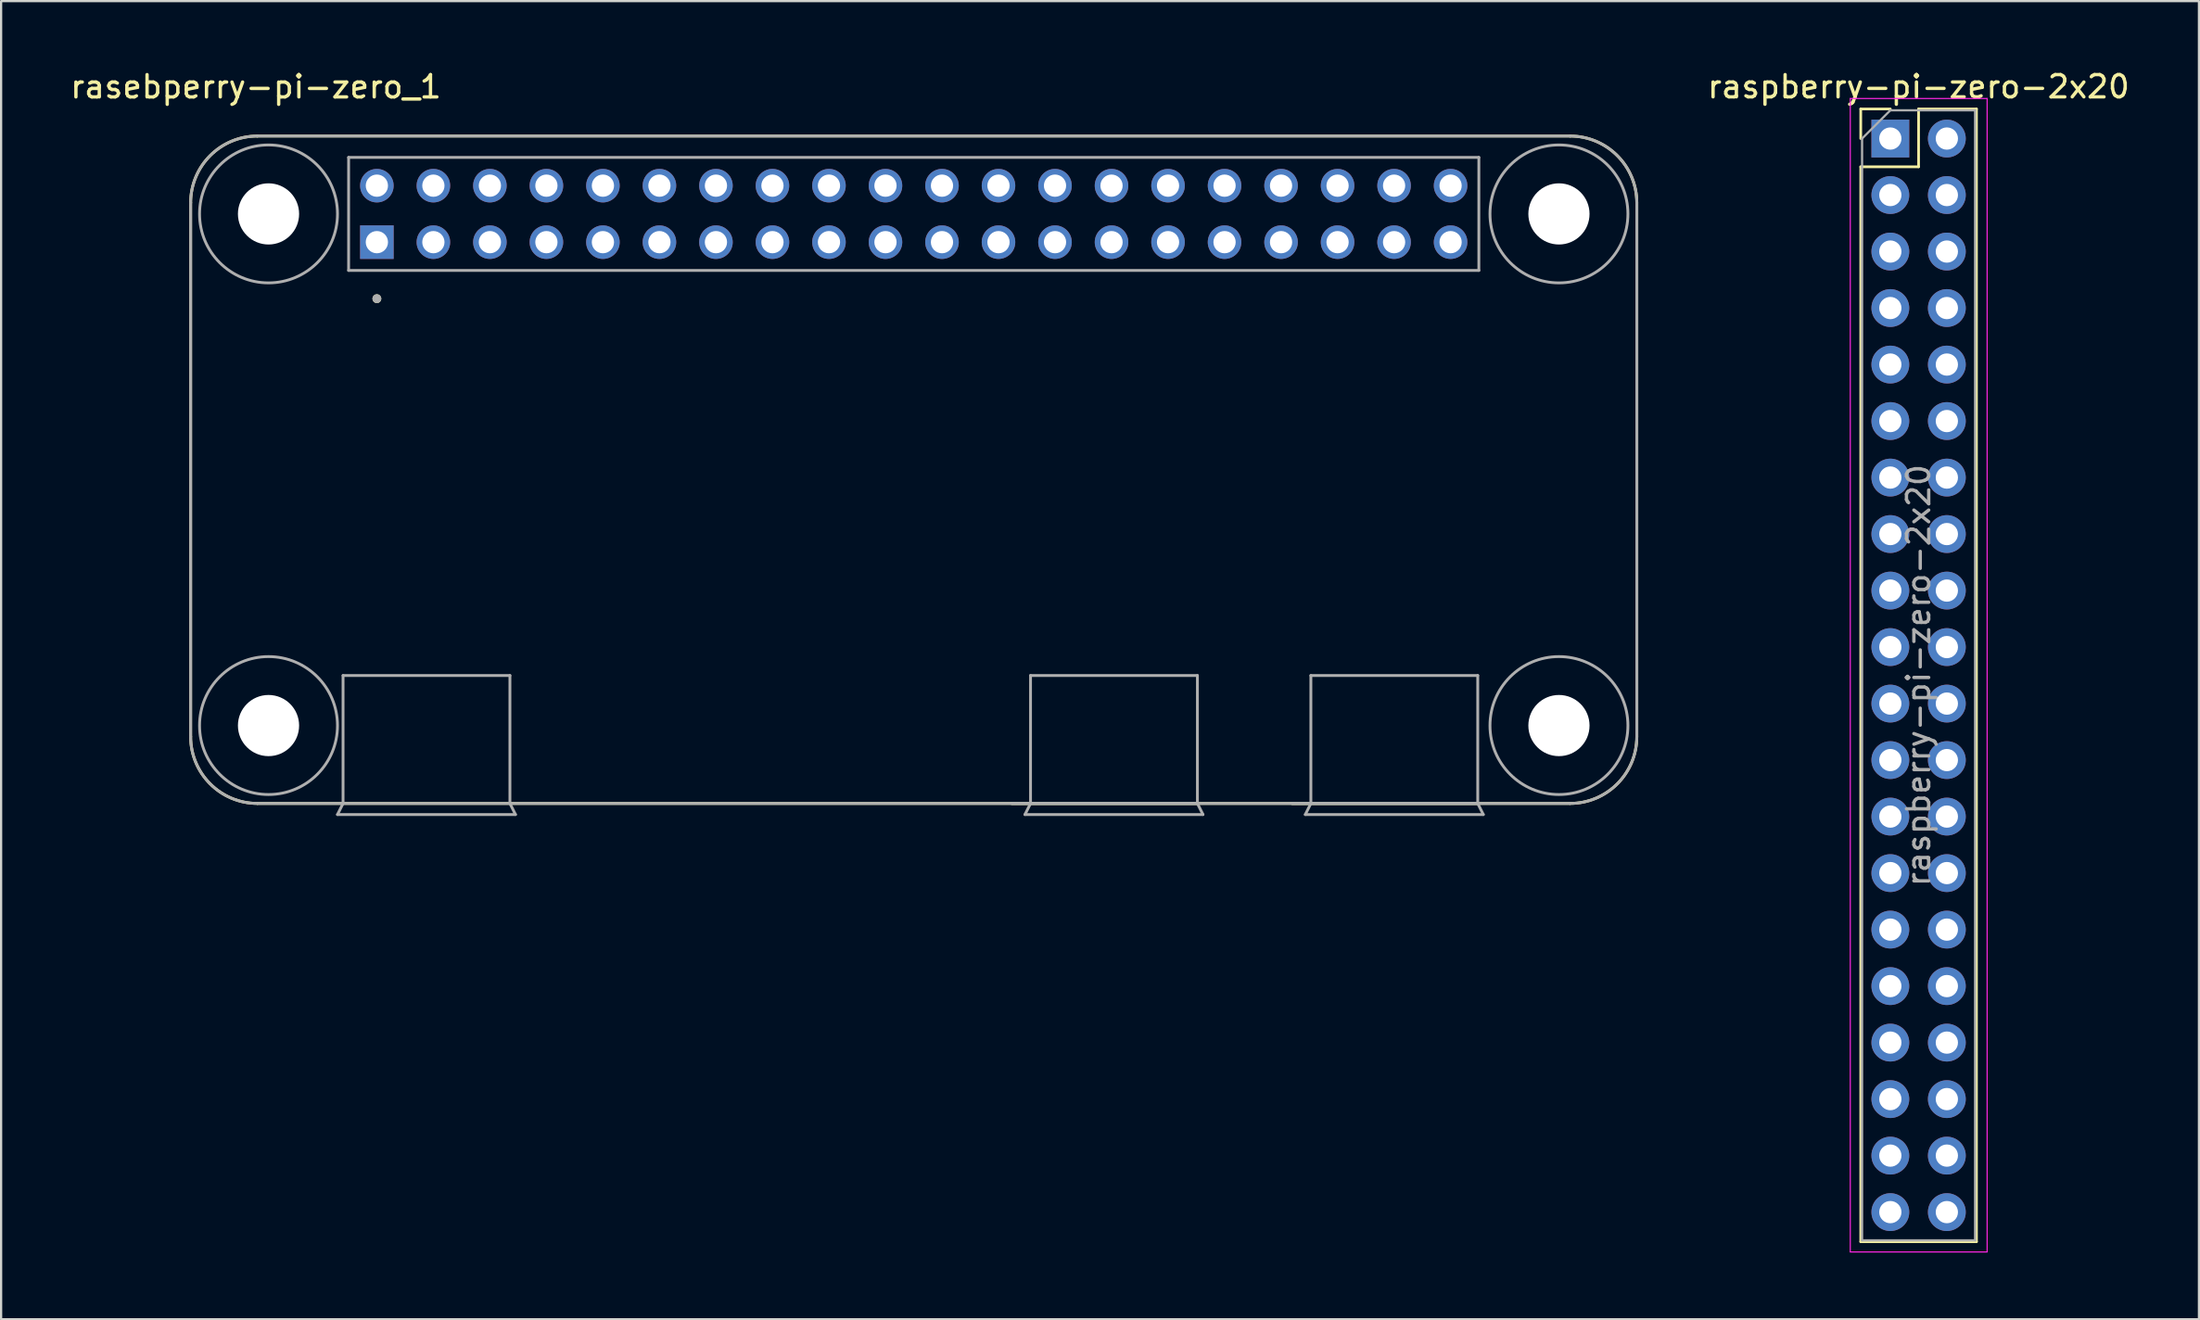
<source format=kicad_pcb>
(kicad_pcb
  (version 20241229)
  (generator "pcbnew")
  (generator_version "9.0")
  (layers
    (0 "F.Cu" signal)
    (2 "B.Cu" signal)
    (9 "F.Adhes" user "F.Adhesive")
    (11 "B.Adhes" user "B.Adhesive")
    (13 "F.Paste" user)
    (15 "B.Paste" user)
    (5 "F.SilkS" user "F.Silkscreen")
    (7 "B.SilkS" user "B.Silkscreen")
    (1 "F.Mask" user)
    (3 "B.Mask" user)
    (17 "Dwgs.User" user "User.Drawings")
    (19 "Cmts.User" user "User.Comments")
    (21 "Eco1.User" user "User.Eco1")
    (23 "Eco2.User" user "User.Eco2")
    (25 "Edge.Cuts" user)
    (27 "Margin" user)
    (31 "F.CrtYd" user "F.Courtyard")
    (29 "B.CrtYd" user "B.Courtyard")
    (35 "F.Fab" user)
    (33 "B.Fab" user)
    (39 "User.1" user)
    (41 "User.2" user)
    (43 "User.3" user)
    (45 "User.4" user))
  (footprint "rasebperry-pi-zero_1"
    (layer "F.Cu")
    (at 38.019 18.066)
    (property "Reference" "rasebperry-pi-zero_1" (at -29.569 -17.216 0) (layer "F.SilkS") (effects (font (size 1.002 1.002) (thickness 0.15))))
    (attr through_hole)
    (fp_line (start -32.5 -12) (end -32.5 12) (stroke (width 0.127) (type solid)) (layer "F.SilkS"))
    (fp_line (start -29.5 15) (end 29.5 15) (stroke (width 0.127) (type solid)) (layer "F.SilkS"))
    (fp_line (start 4.4 15) (end 12.75 15) (stroke (width 0.127) (type solid)) (layer "F.SilkS"))
    (fp_line (start 17 15) (end 25.35 15) (stroke (width 0.127) (type solid)) (layer "F.SilkS"))
    (fp_line (start 29.5 -15) (end -29.5 -15) (stroke (width 0.127) (type solid)) (layer "F.SilkS"))
    (fp_line (start 32.5 12) (end 32.5 -12) (stroke (width 0.127) (type solid)) (layer "F.SilkS"))
    (fp_arc (start -32.5 -12) (mid -31.62132 -14.12132) (end -29.5 -15) (stroke (width 0.127) (type solid)) (layer "F.SilkS"))
    (fp_arc (start -29.5 15) (mid -31.62132 14.12132) (end -32.5 12) (stroke (width 0.127) (type solid)) (layer "F.SilkS"))
    (fp_arc (start 29.5 -15) (mid 31.62132 -14.12132) (end 32.5 -12) (stroke (width 0.127) (type solid)) (layer "F.SilkS"))
    (fp_arc (start 32.5 12) (mid 31.62132 14.12132) (end 29.5 15) (stroke (width 0.127) (type solid)) (layer "F.SilkS"))
    (fp_circle (center -24.13 -7.69) (end -24.03 -7.69) (stroke (width 0.2) (type solid)) (fill no) (layer "F.SilkS"))
    (fp_line (start -32.5 -12) (end -32.5 12) (stroke (width 0.127) (type solid)) (layer "F.Fab"))
    (fp_line (start -29.5 15) (end -25.65 15) (stroke (width 0.127) (type solid)) (layer "F.Fab"))
    (fp_line (start -25.9 15.5) (end -17.9 15.5) (stroke (width 0.127) (type solid)) (layer "F.Fab"))
    (fp_line (start -25.65 9.25) (end -18.15 9.25) (stroke (width 0.127) (type solid)) (layer "F.Fab"))
    (fp_line (start -25.65 15) (end -25.9 15.5) (stroke (width 0.127) (type solid)) (layer "F.Fab"))
    (fp_line (start -25.65 15) (end -25.65 9.25) (stroke (width 0.127) (type solid)) (layer "F.Fab"))
    (fp_line (start -25.65 15) (end -18.15 15) (stroke (width 0.127) (type solid)) (layer "F.Fab"))
    (fp_line (start -25.4 -14.04) (end -25.4 -8.96) (stroke (width 0.127) (type solid)) (layer "F.Fab"))
    (fp_line (start -25.4 -8.96) (end 25.4 -8.96) (stroke (width 0.127) (type solid)) (layer "F.Fab"))
    (fp_line (start -18.15 9.25) (end -18.15 15) (stroke (width 0.127) (type solid)) (layer "F.Fab"))
    (fp_line (start -18.15 15) (end 29.5 15) (stroke (width 0.127) (type solid)) (layer "F.Fab"))
    (fp_line (start -17.9 15.5) (end -18.15 15) (stroke (width 0.127) (type solid)) (layer "F.Fab"))
    (fp_line (start 4.4 15) (end 5.25 15) (stroke (width 0.127) (type solid)) (layer "F.Fab"))
    (fp_line (start 5 15.5) (end 13 15.5) (stroke (width 0.127) (type solid)) (layer "F.Fab"))
    (fp_line (start 5.25 9.25) (end 12.75 9.25) (stroke (width 0.127) (type solid)) (layer "F.Fab"))
    (fp_line (start 5.25 15) (end 5 15.5) (stroke (width 0.127) (type solid)) (layer "F.Fab"))
    (fp_line (start 5.25 15) (end 5.25 9.25) (stroke (width 0.127) (type solid)) (layer "F.Fab"))
    (fp_line (start 5.25 15) (end 12.75 15) (stroke (width 0.127) (type solid)) (layer "F.Fab"))
    (fp_line (start 12.75 9.25) (end 12.75 15) (stroke (width 0.127) (type solid)) (layer "F.Fab"))
    (fp_line (start 13 15.5) (end 12.75 15) (stroke (width 0.127) (type solid)) (layer "F.Fab"))
    (fp_line (start 17 15) (end 17.85 15) (stroke (width 0.127) (type solid)) (layer "F.Fab"))
    (fp_line (start 17.6 15.5) (end 25.6 15.5) (stroke (width 0.127) (type solid)) (layer "F.Fab"))
    (fp_line (start 17.85 9.25) (end 25.35 9.25) (stroke (width 0.127) (type solid)) (layer "F.Fab"))
    (fp_line (start 17.85 15) (end 17.6 15.5) (stroke (width 0.127) (type solid)) (layer "F.Fab"))
    (fp_line (start 17.85 15) (end 17.85 9.25) (stroke (width 0.127) (type solid)) (layer "F.Fab"))
    (fp_line (start 17.85 15) (end 25.35 15) (stroke (width 0.127) (type solid)) (layer "F.Fab"))
    (fp_line (start 25.35 9.25) (end 25.35 15) (stroke (width 0.127) (type solid)) (layer "F.Fab"))
    (fp_line (start 25.4 -14.04) (end -25.4 -14.04) (stroke (width 0.127) (type solid)) (layer "F.Fab"))
    (fp_line (start 25.4 -8.96) (end 25.4 -14.04) (stroke (width 0.127) (type solid)) (layer "F.Fab"))
    (fp_line (start 25.6 15.5) (end 25.35 15) (stroke (width 0.127) (type solid)) (layer "F.Fab"))
    (fp_line (start 29.5 -15) (end -29.5 -15) (stroke (width 0.127) (type solid)) (layer "F.Fab"))
    (fp_line (start 32.5 12) (end 32.5 -12) (stroke (width 0.127) (type solid)) (layer "F.Fab"))
    (fp_arc (start -32.5 -12) (mid -31.62132 -14.12132) (end -29.5 -15) (stroke (width 0.127) (type solid)) (layer "F.Fab"))
    (fp_arc (start -29.5 15) (mid -31.62132 14.12132) (end -32.5 12) (stroke (width 0.127) (type solid)) (layer "F.Fab"))
    (fp_arc (start 29.5 -15) (mid 31.62132 -14.12132) (end 32.5 -12) (stroke (width 0.127) (type solid)) (layer "F.Fab"))
    (fp_arc (start 32.5 12) (mid 31.62132 14.12132) (end 29.5 15) (stroke (width 0.127) (type solid)) (layer "F.Fab"))
    (fp_circle (center -29 -11.5) (end -25.9 -11.5) (stroke (width 0.127) (type solid)) (fill no) (layer "F.Fab"))
    (fp_circle (center -29 11.5) (end -25.9 11.5) (stroke (width 0.127) (type solid)) (fill no) (layer "F.Fab"))
    (fp_circle (center -24.13 -7.69) (end -24.03 -7.69) (stroke (width 0.2) (type solid)) (fill no) (layer "F.Fab"))
    (fp_circle (center 29 -11.5) (end 32.1 -11.5) (stroke (width 0.127) (type solid)) (fill no) (layer "F.Fab"))
    (fp_circle (center 29 11.5) (end 32.1 11.5) (stroke (width 0.127) (type solid)) (fill no) (layer "F.Fab"))
    (pad "" np_thru_hole circle (at -29 -11.5) (size 2.75 2.75) (drill 2.75) (layers "*.Cu" "*.Mask"))
    (pad "" np_thru_hole circle (at -29 11.5) (size 2.75 2.75) (drill 2.75) (layers "*.Cu" "*.Mask"))
    (pad "" np_thru_hole circle (at 29 -11.5) (size 2.75 2.75) (drill 2.75) (layers "*.Cu" "*.Mask"))
    (pad "" np_thru_hole circle (at 29 11.5) (size 2.75 2.75) (drill 2.75) (layers "*.Cu" "*.Mask"))
    (pad "1" thru_hole rect (at -24.13 -10.23) (size 1.508 1.508) (drill 1) (layers "*.Cu" "*.Mask"))
    (pad "2" thru_hole circle (at -24.13 -12.77) (size 1.508 1.508) (drill 1) (layers "*.Cu" "*.Mask"))
    (pad "3" thru_hole circle (at -21.59 -10.23) (size 1.508 1.508) (drill 1) (layers "*.Cu" "*.Mask"))
    (pad "4" thru_hole circle (at -21.59 -12.77) (size 1.508 1.508) (drill 1) (layers "*.Cu" "*.Mask"))
    (pad "5" thru_hole circle (at -19.05 -10.23) (size 1.508 1.508) (drill 1) (layers "*.Cu" "*.Mask"))
    (pad "6" thru_hole circle (at -19.05 -12.77) (size 1.508 1.508) (drill 1) (layers "*.Cu" "*.Mask"))
    (pad "7" thru_hole circle (at -16.51 -10.23) (size 1.508 1.508) (drill 1) (layers "*.Cu" "*.Mask"))
    (pad "8" thru_hole circle (at -16.51 -12.77) (size 1.508 1.508) (drill 1) (layers "*.Cu" "*.Mask"))
    (pad "9" thru_hole circle (at -13.97 -10.23) (size 1.508 1.508) (drill 1) (layers "*.Cu" "*.Mask"))
    (pad "10" thru_hole circle (at -13.97 -12.77) (size 1.508 1.508) (drill 1) (layers "*.Cu" "*.Mask"))
    (pad "11" thru_hole circle (at -11.43 -10.23) (size 1.508 1.508) (drill 1) (layers "*.Cu" "*.Mask"))
    (pad "12" thru_hole circle (at -11.43 -12.77) (size 1.508 1.508) (drill 1) (layers "*.Cu" "*.Mask"))
    (pad "13" thru_hole circle (at -8.89 -10.23) (size 1.508 1.508) (drill 1) (layers "*.Cu" "*.Mask"))
    (pad "14" thru_hole circle (at -8.89 -12.77) (size 1.508 1.508) (drill 1) (layers "*.Cu" "*.Mask"))
    (pad "15" thru_hole circle (at -6.35 -10.23) (size 1.508 1.508) (drill 1) (layers "*.Cu" "*.Mask"))
    (pad "16" thru_hole circle (at -6.35 -12.77) (size 1.508 1.508) (drill 1) (layers "*.Cu" "*.Mask"))
    (pad "17" thru_hole circle (at -3.81 -10.23) (size 1.508 1.508) (drill 1) (layers "*.Cu" "*.Mask"))
    (pad "18" thru_hole circle (at -3.81 -12.77) (size 1.508 1.508) (drill 1) (layers "*.Cu" "*.Mask"))
    (pad "19" thru_hole circle (at -1.27 -10.23) (size 1.508 1.508) (drill 1) (layers "*.Cu" "*.Mask"))
    (pad "20" thru_hole circle (at -1.27 -12.77) (size 1.508 1.508) (drill 1) (layers "*.Cu" "*.Mask"))
    (pad "21" thru_hole circle (at 1.27 -10.23) (size 1.508 1.508) (drill 1) (layers "*.Cu" "*.Mask"))
    (pad "22" thru_hole circle (at 1.27 -12.77) (size 1.508 1.508) (drill 1) (layers "*.Cu" "*.Mask"))
    (pad "23" thru_hole circle (at 3.81 -10.23) (size 1.508 1.508) (drill 1) (layers "*.Cu" "*.Mask"))
    (pad "24" thru_hole circle (at 3.81 -12.77) (size 1.508 1.508) (drill 1) (layers "*.Cu" "*.Mask"))
    (pad "25" thru_hole circle (at 6.35 -10.23) (size 1.508 1.508) (drill 1) (layers "*.Cu" "*.Mask"))
    (pad "26" thru_hole circle (at 6.35 -12.77) (size 1.508 1.508) (drill 1) (layers "*.Cu" "*.Mask"))
    (pad "27" thru_hole circle (at 8.89 -10.23) (size 1.508 1.508) (drill 1) (layers "*.Cu" "*.Mask"))
    (pad "28" thru_hole circle (at 8.89 -12.77) (size 1.508 1.508) (drill 1) (layers "*.Cu" "*.Mask"))
    (pad "29" thru_hole circle (at 11.43 -10.23) (size 1.508 1.508) (drill 1) (layers "*.Cu" "*.Mask"))
    (pad "30" thru_hole circle (at 11.43 -12.77) (size 1.508 1.508) (drill 1) (layers "*.Cu" "*.Mask"))
    (pad "31" thru_hole circle (at 13.97 -10.23) (size 1.508 1.508) (drill 1) (layers "*.Cu" "*.Mask"))
    (pad "32" thru_hole circle (at 13.97 -12.77) (size 1.508 1.508) (drill 1) (layers "*.Cu" "*.Mask"))
    (pad "33" thru_hole circle (at 16.51 -10.23) (size 1.508 1.508) (drill 1) (layers "*.Cu" "*.Mask"))
    (pad "34" thru_hole circle (at 16.51 -12.77) (size 1.508 1.508) (drill 1) (layers "*.Cu" "*.Mask"))
    (pad "35" thru_hole circle (at 19.05 -10.23) (size 1.508 1.508) (drill 1) (layers "*.Cu" "*.Mask"))
    (pad "36" thru_hole circle (at 19.05 -12.77) (size 1.508 1.508) (drill 1) (layers "*.Cu" "*.Mask"))
    (pad "37" thru_hole circle (at 21.59 -10.23) (size 1.508 1.508) (drill 1) (layers "*.Cu" "*.Mask"))
    (pad "38" thru_hole circle (at 21.59 -12.77) (size 1.508 1.508) (drill 1) (layers "*.Cu" "*.Mask"))
    (pad "39" thru_hole circle (at 24.13 -10.23) (size 1.508 1.508) (drill 1) (layers "*.Cu" "*.Mask"))
    (pad "40" thru_hole circle (at 24.13 -12.77) (size 1.508 1.508) (drill 1) (layers "*.Cu" "*.Mask")))
  (footprint "raspberry-pi-zero-2x20"
    (layer "F.Cu")
    (at 81.914 3.178)
    (property "Reference" "raspberry-pi-zero-2x20" (at 1.27 -2.33 0) (layer "F.SilkS") (effects (font (size 1 1) (thickness 0.15))))
    (attr through_hole)
    (fp_line (start -1.33 -1.33) (end 0 -1.33) (stroke (width 0.12) (type solid)) (layer "F.SilkS"))
    (fp_line (start -1.33 0) (end -1.33 -1.33) (stroke (width 0.12) (type solid)) (layer "F.SilkS"))
    (fp_line (start -1.33 1.27) (end -1.33 49.59) (stroke (width 0.12) (type solid)) (layer "F.SilkS"))
    (fp_line (start -1.33 1.27) (end 1.27 1.27) (stroke (width 0.12) (type solid)) (layer "F.SilkS"))
    (fp_line (start -1.33 49.59) (end 3.87 49.59) (stroke (width 0.12) (type solid)) (layer "F.SilkS"))
    (fp_line (start 1.27 -1.33) (end 3.87 -1.33) (stroke (width 0.12) (type solid)) (layer "F.SilkS"))
    (fp_line (start 1.27 1.27) (end 1.27 -1.33) (stroke (width 0.12) (type solid)) (layer "F.SilkS"))
    (fp_line (start 3.87 -1.33) (end 3.87 49.59) (stroke (width 0.12) (type solid)) (layer "F.SilkS"))
    (fp_line (start -1.8 -1.8) (end -1.8 50.05) (stroke (width 0.05) (type solid)) (layer "F.CrtYd"))
    (fp_line (start -1.8 50.05) (end 4.35 50.05) (stroke (width 0.05) (type solid)) (layer "F.CrtYd"))
    (fp_line (start 4.35 -1.8) (end -1.8 -1.8) (stroke (width 0.05) (type solid)) (layer "F.CrtYd"))
    (fp_line (start 4.35 50.05) (end 4.35 -1.8) (stroke (width 0.05) (type solid)) (layer "F.CrtYd"))
    (fp_line (start -1.27 0) (end 0 -1.27) (stroke (width 0.1) (type solid)) (layer "F.Fab"))
    (fp_line (start -1.27 49.53) (end -1.27 0) (stroke (width 0.1) (type solid)) (layer "F.Fab"))
    (fp_line (start 0 -1.27) (end 3.81 -1.27) (stroke (width 0.1) (type solid)) (layer "F.Fab"))
    (fp_line (start 3.81 -1.27) (end 3.81 49.53) (stroke (width 0.1) (type solid)) (layer "F.Fab"))
    (fp_line (start 3.81 49.53) (end -1.27 49.53) (stroke (width 0.1) (type solid)) (layer "F.Fab"))
    (fp_text user "${REFERENCE}" (at 1.27 24.13 90) (layer "F.Fab") (effects (font (size 1 1) (thickness 0.15))))
    (pad "1" thru_hole rect (at 0 0) (size 1.7 1.7) (drill 1) (layers "*.Cu" "*.Mask"))
    (pad "2" thru_hole oval (at 2.54 0) (size 1.7 1.7) (drill 1) (layers "*.Cu" "*.Mask"))
    (pad "3" thru_hole oval (at 0 2.54) (size 1.7 1.7) (drill 1) (layers "*.Cu" "*.Mask"))
    (pad "4" thru_hole oval (at 2.54 2.54) (size 1.7 1.7) (drill 1) (layers "*.Cu" "*.Mask"))
    (pad "5" thru_hole oval (at 0 5.08) (size 1.7 1.7) (drill 1) (layers "*.Cu" "*.Mask"))
    (pad "6" thru_hole oval (at 2.54 5.08) (size 1.7 1.7) (drill 1) (layers "*.Cu" "*.Mask"))
    (pad "7" thru_hole oval (at 0 7.62) (size 1.7 1.7) (drill 1) (layers "*.Cu" "*.Mask"))
    (pad "8" thru_hole oval (at 2.54 7.62) (size 1.7 1.7) (drill 1) (layers "*.Cu" "*.Mask"))
    (pad "9" thru_hole oval (at 0 10.16) (size 1.7 1.7) (drill 1) (layers "*.Cu" "*.Mask"))
    (pad "10" thru_hole oval (at 2.54 10.16) (size 1.7 1.7) (drill 1) (layers "*.Cu" "*.Mask"))
    (pad "11" thru_hole oval (at 0 12.7) (size 1.7 1.7) (drill 1) (layers "*.Cu" "*.Mask"))
    (pad "12" thru_hole oval (at 2.54 12.7) (size 1.7 1.7) (drill 1) (layers "*.Cu" "*.Mask"))
    (pad "13" thru_hole oval (at 0 15.24) (size 1.7 1.7) (drill 1) (layers "*.Cu" "*.Mask"))
    (pad "14" thru_hole oval (at 2.54 15.24) (size 1.7 1.7) (drill 1) (layers "*.Cu" "*.Mask"))
    (pad "15" thru_hole oval (at 0 17.78) (size 1.7 1.7) (drill 1) (layers "*.Cu" "*.Mask"))
    (pad "16" thru_hole oval (at 2.54 17.78) (size 1.7 1.7) (drill 1) (layers "*.Cu" "*.Mask"))
    (pad "17" thru_hole oval (at 0 20.32) (size 1.7 1.7) (drill 1) (layers "*.Cu" "*.Mask"))
    (pad "18" thru_hole oval (at 2.54 20.32) (size 1.7 1.7) (drill 1) (layers "*.Cu" "*.Mask"))
    (pad "19" thru_hole oval (at 0 22.86) (size 1.7 1.7) (drill 1) (layers "*.Cu" "*.Mask"))
    (pad "20" thru_hole oval (at 2.54 22.86) (size 1.7 1.7) (drill 1) (layers "*.Cu" "*.Mask"))
    (pad "21" thru_hole oval (at 0 25.4) (size 1.7 1.7) (drill 1) (layers "*.Cu" "*.Mask"))
    (pad "22" thru_hole oval (at 2.54 25.4) (size 1.7 1.7) (drill 1) (layers "*.Cu" "*.Mask"))
    (pad "23" thru_hole oval (at 0 27.94) (size 1.7 1.7) (drill 1) (layers "*.Cu" "*.Mask"))
    (pad "24" thru_hole oval (at 2.54 27.94) (size 1.7 1.7) (drill 1) (layers "*.Cu" "*.Mask"))
    (pad "25" thru_hole oval (at 0 30.48) (size 1.7 1.7) (drill 1) (layers "*.Cu" "*.Mask"))
    (pad "26" thru_hole oval (at 2.54 30.48) (size 1.7 1.7) (drill 1) (layers "*.Cu" "*.Mask"))
    (pad "27" thru_hole oval (at 0 33.02) (size 1.7 1.7) (drill 1) (layers "*.Cu" "*.Mask"))
    (pad "28" thru_hole oval (at 2.54 33.02) (size 1.7 1.7) (drill 1) (layers "*.Cu" "*.Mask"))
    (pad "29" thru_hole oval (at 0 35.56) (size 1.7 1.7) (drill 1) (layers "*.Cu" "*.Mask"))
    (pad "30" thru_hole oval (at 2.54 35.56) (size 1.7 1.7) (drill 1) (layers "*.Cu" "*.Mask"))
    (pad "31" thru_hole oval (at 0 38.1) (size 1.7 1.7) (drill 1) (layers "*.Cu" "*.Mask"))
    (pad "32" thru_hole oval (at 2.54 38.1) (size 1.7 1.7) (drill 1) (layers "*.Cu" "*.Mask"))
    (pad "33" thru_hole oval (at 0 40.64) (size 1.7 1.7) (drill 1) (layers "*.Cu" "*.Mask"))
    (pad "34" thru_hole oval (at 2.54 40.64) (size 1.7 1.7) (drill 1) (layers "*.Cu" "*.Mask"))
    (pad "35" thru_hole oval (at 0 43.18) (size 1.7 1.7) (drill 1) (layers "*.Cu" "*.Mask"))
    (pad "36" thru_hole oval (at 2.54 43.18) (size 1.7 1.7) (drill 1) (layers "*.Cu" "*.Mask"))
    (pad "37" thru_hole oval (at 0 45.72) (size 1.7 1.7) (drill 1) (layers "*.Cu" "*.Mask"))
    (pad "38" thru_hole oval (at 2.54 45.72) (size 1.7 1.7) (drill 1) (layers "*.Cu" "*.Mask"))
    (pad "39" thru_hole oval (at 0 48.26) (size 1.7 1.7) (drill 1) (layers "*.Cu" "*.Mask"))
    (pad "40" thru_hole oval (at 2.54 48.26) (size 1.7 1.7) (drill 1) (layers "*.Cu" "*.Mask")))
  (gr_rect
    (start -3 -3)
    (end 95.785 56.253)
    (stroke (width 0.1) (type default))
    (fill no)
    (layer "Edge.Cuts")))
</source>
